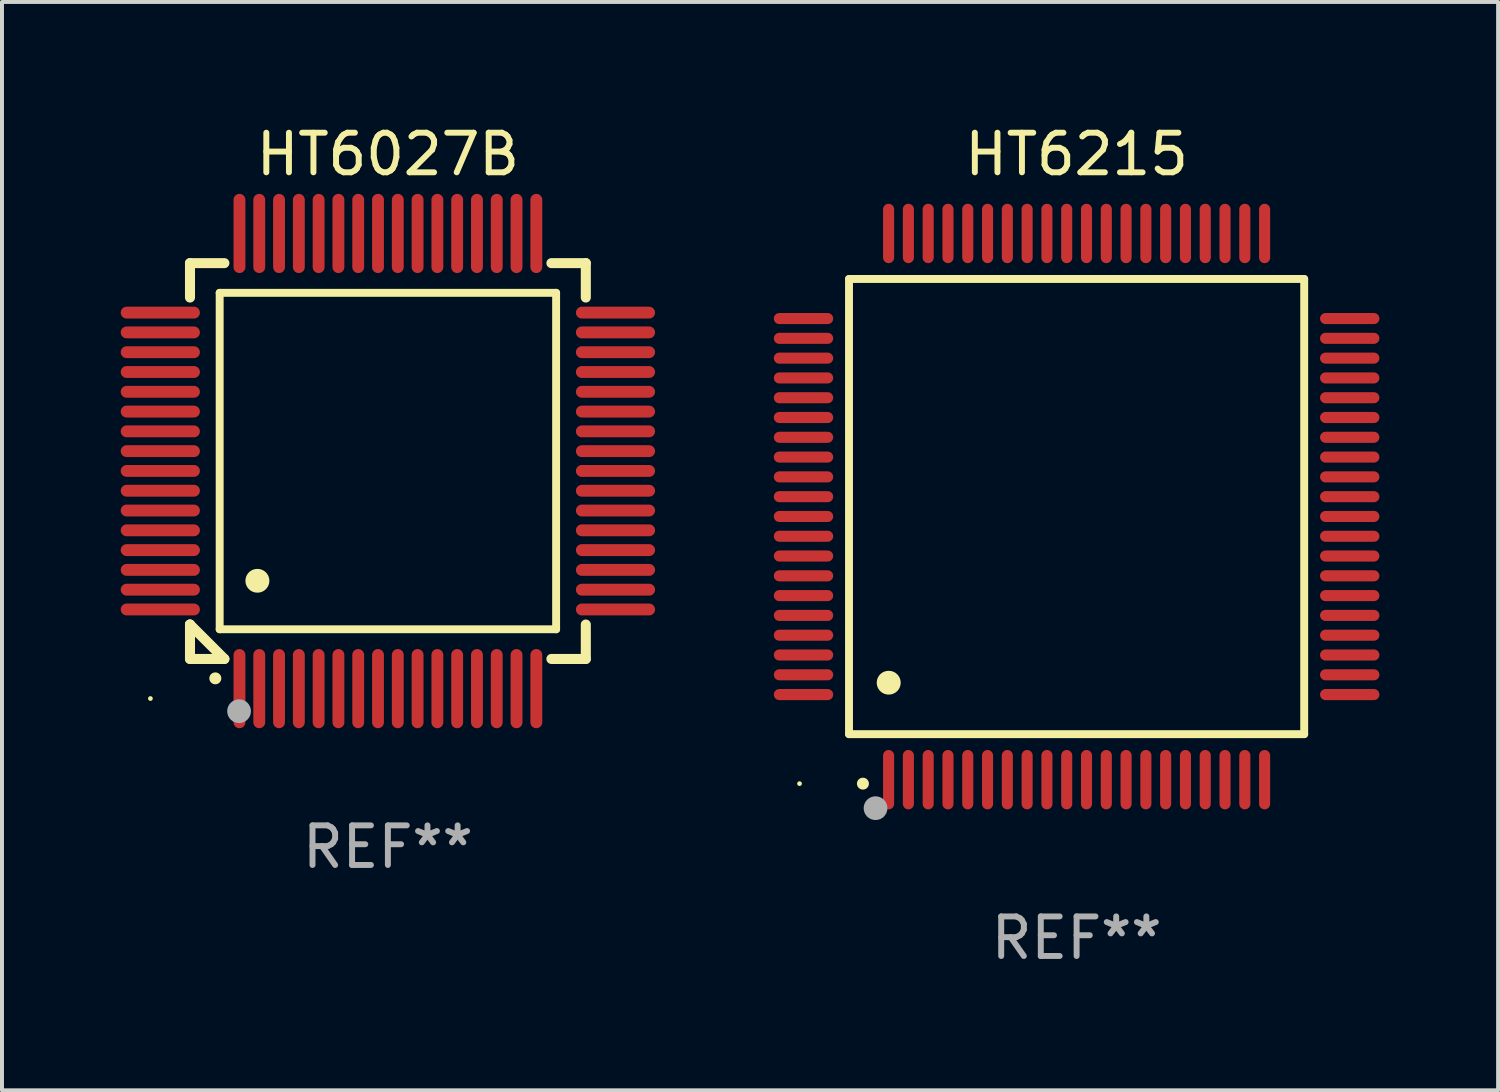
<source format=kicad_pcb>
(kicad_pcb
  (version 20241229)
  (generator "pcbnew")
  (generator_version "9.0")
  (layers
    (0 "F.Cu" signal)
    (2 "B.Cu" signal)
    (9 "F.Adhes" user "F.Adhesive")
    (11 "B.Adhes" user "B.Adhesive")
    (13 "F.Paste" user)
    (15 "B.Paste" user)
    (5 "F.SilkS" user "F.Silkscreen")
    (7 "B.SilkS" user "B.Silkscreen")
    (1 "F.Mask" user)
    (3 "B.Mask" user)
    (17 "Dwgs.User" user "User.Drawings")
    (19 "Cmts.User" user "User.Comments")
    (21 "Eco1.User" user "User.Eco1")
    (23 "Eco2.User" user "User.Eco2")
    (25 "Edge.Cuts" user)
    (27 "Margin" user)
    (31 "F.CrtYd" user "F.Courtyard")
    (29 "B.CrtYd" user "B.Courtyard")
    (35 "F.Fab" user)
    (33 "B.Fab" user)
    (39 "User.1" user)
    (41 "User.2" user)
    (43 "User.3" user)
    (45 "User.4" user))
  (footprint "HT6027B"
    (layer "F.Cu")
    (at 6.75 8.598)
    (property "Reference" "HT6027B" (at 0 -7.75 0) (layer "F.SilkS") (effects (font (size 1 1) (thickness 0.15))))
    (attr through_hole)
    (fp_line (start -5 -5) (end -4.131 -5) (stroke (width 0.254) (type solid)) (layer "F.SilkS"))
    (fp_line (start -5 -4.131) (end -5 -5) (stroke (width 0.254) (type solid)) (layer "F.SilkS"))
    (fp_line (start -5 4.131) (end -5 4.131) (stroke (width 0.254) (type solid)) (layer "F.SilkS"))
    (fp_line (start -5 5) (end -5 4.131) (stroke (width 0.254) (type solid)) (layer "F.SilkS"))
    (fp_line (start -5 4.131) (end -4.131 5) (stroke (width 0.254) (type solid)) (layer "F.SilkS"))
    (fp_line (start -4.25 -4.25) (end -4.25 4.25) (stroke (width 0.2) (type solid)) (layer "F.SilkS"))
    (fp_line (start -4.25 4.25) (end 4.25 4.25) (stroke (width 0.2) (type solid)) (layer "F.SilkS"))
    (fp_line (start -4.131 5) (end -5 5) (stroke (width 0.254) (type solid)) (layer "F.SilkS"))
    (fp_line (start 4.25 -4.25) (end -4.25 -4.25) (stroke (width 0.2) (type solid)) (layer "F.SilkS"))
    (fp_line (start 4.25 4.25) (end 4.25 -4.25) (stroke (width 0.2) (type solid)) (layer "F.SilkS"))
    (fp_line (start 5 -5) (end 4.131 -5) (stroke (width 0.254) (type solid)) (layer "F.SilkS"))
    (fp_line (start 5 -5) (end 5 -4.131) (stroke (width 0.254) (type solid)) (layer "F.SilkS"))
    (fp_line (start 5 4.131) (end 5 5) (stroke (width 0.254) (type solid)) (layer "F.SilkS"))
    (fp_line (start 5 5) (end 4.131 5) (stroke (width 0.254) (type solid)) (layer "F.SilkS"))
    (fp_arc (start -4.361265 5.489992) (mid -4.359995 5.489987) (end -4.358725 5.489992) (stroke (width 0.3) (type solid)) (layer "F.SilkS"))
    (fp_arc (start -3.299467 3.025146) (mid -3.296927 3.025135) (end -3.294387 3.025146) (stroke (width 0.6) (type solid)) (layer "F.SilkS"))
    (fp_circle (center -6 6) (end -5.97 6) (stroke (width 0.06) (type solid)) (fill no) (layer "F.SilkS"))
    (fp_circle (center -3.76 6.32) (end -3.61 6.32) (stroke (width 0.3) (type solid)) (fill no) (layer "F.Fab"))
    (fp_text user "REF**" (at 0 9.75 0) (layer "F.Fab") (effects (font (size 1 1) (thickness 0.15))))
    (pad "1" smd oval (at -3.75 5.75) (size 0.3 2) (layers "F.Cu" "F.Mask" "F.Paste"))
    (pad "2" smd oval (at -3.25 5.75) (size 0.3 2) (layers "F.Cu" "F.Mask" "F.Paste"))
    (pad "3" smd oval (at -2.75 5.75) (size 0.3 2) (layers "F.Cu" "F.Mask" "F.Paste"))
    (pad "4" smd oval (at -2.25 5.75) (size 0.3 2) (layers "F.Cu" "F.Mask" "F.Paste"))
    (pad "5" smd oval (at -1.75 5.75) (size 0.3 2) (layers "F.Cu" "F.Mask" "F.Paste"))
    (pad "6" smd oval (at -1.25 5.75) (size 0.3 2) (layers "F.Cu" "F.Mask" "F.Paste"))
    (pad "7" smd oval (at -0.75 5.75) (size 0.3 2) (layers "F.Cu" "F.Mask" "F.Paste"))
    (pad "8" smd oval (at -0.25 5.75) (size 0.3 2) (layers "F.Cu" "F.Mask" "F.Paste"))
    (pad "9" smd oval (at 0.25 5.75) (size 0.3 2) (layers "F.Cu" "F.Mask" "F.Paste"))
    (pad "10" smd oval (at 0.75 5.75) (size 0.3 2) (layers "F.Cu" "F.Mask" "F.Paste"))
    (pad "11" smd oval (at 1.25 5.75) (size 0.3 2) (layers "F.Cu" "F.Mask" "F.Paste"))
    (pad "12" smd oval (at 1.75 5.75) (size 0.3 2) (layers "F.Cu" "F.Mask" "F.Paste"))
    (pad "13" smd oval (at 2.25 5.75) (size 0.3 2) (layers "F.Cu" "F.Mask" "F.Paste"))
    (pad "14" smd oval (at 2.75 5.75) (size 0.3 2) (layers "F.Cu" "F.Mask" "F.Paste"))
    (pad "15" smd oval (at 3.25 5.75) (size 0.3 2) (layers "F.Cu" "F.Mask" "F.Paste"))
    (pad "16" smd oval (at 3.75 5.75) (size 0.3 2) (layers "F.Cu" "F.Mask" "F.Paste"))
    (pad "17" smd oval (at 5.75 3.75) (size 2 0.3) (layers "F.Cu" "F.Mask" "F.Paste"))
    (pad "18" smd oval (at 5.75 3.25) (size 2 0.3) (layers "F.Cu" "F.Mask" "F.Paste"))
    (pad "19" smd oval (at 5.75 2.75) (size 2 0.3) (layers "F.Cu" "F.Mask" "F.Paste"))
    (pad "20" smd oval (at 5.75 2.25) (size 2 0.3) (layers "F.Cu" "F.Mask" "F.Paste"))
    (pad "21" smd oval (at 5.75 1.75) (size 2 0.3) (layers "F.Cu" "F.Mask" "F.Paste"))
    (pad "22" smd oval (at 5.75 1.25) (size 2 0.3) (layers "F.Cu" "F.Mask" "F.Paste"))
    (pad "23" smd oval (at 5.75 0.75) (size 2 0.3) (layers "F.Cu" "F.Mask" "F.Paste"))
    (pad "24" smd oval (at 5.75 0.25) (size 2 0.3) (layers "F.Cu" "F.Mask" "F.Paste"))
    (pad "25" smd oval (at 5.75 -0.25) (size 2 0.3) (layers "F.Cu" "F.Mask" "F.Paste"))
    (pad "26" smd oval (at 5.75 -0.75) (size 2 0.3) (layers "F.Cu" "F.Mask" "F.Paste"))
    (pad "27" smd oval (at 5.75 -1.25) (size 2 0.3) (layers "F.Cu" "F.Mask" "F.Paste"))
    (pad "28" smd oval (at 5.75 -1.75) (size 2 0.3) (layers "F.Cu" "F.Mask" "F.Paste"))
    (pad "29" smd oval (at 5.75 -2.25) (size 2 0.3) (layers "F.Cu" "F.Mask" "F.Paste"))
    (pad "30" smd oval (at 5.75 -2.75) (size 2 0.3) (layers "F.Cu" "F.Mask" "F.Paste"))
    (pad "31" smd oval (at 5.75 -3.25) (size 2 0.3) (layers "F.Cu" "F.Mask" "F.Paste"))
    (pad "32" smd oval (at 5.75 -3.75) (size 2 0.3) (layers "F.Cu" "F.Mask" "F.Paste"))
    (pad "33" smd oval (at 3.75 -5.75) (size 0.3 2) (layers "F.Cu" "F.Mask" "F.Paste"))
    (pad "34" smd oval (at 3.25 -5.75) (size 0.3 2) (layers "F.Cu" "F.Mask" "F.Paste"))
    (pad "35" smd oval (at 2.75 -5.75) (size 0.3 2) (layers "F.Cu" "F.Mask" "F.Paste"))
    (pad "36" smd oval (at 2.25 -5.75) (size 0.3 2) (layers "F.Cu" "F.Mask" "F.Paste"))
    (pad "37" smd oval (at 1.75 -5.75) (size 0.3 2) (layers "F.Cu" "F.Mask" "F.Paste"))
    (pad "38" smd oval (at 1.25 -5.75) (size 0.3 2) (layers "F.Cu" "F.Mask" "F.Paste"))
    (pad "39" smd oval (at 0.75 -5.75) (size 0.3 2) (layers "F.Cu" "F.Mask" "F.Paste"))
    (pad "40" smd oval (at 0.25 -5.75) (size 0.3 2) (layers "F.Cu" "F.Mask" "F.Paste"))
    (pad "41" smd oval (at -0.25 -5.75) (size 0.3 2) (layers "F.Cu" "F.Mask" "F.Paste"))
    (pad "42" smd oval (at -0.75 -5.75) (size 0.3 2) (layers "F.Cu" "F.Mask" "F.Paste"))
    (pad "43" smd oval (at -1.25 -5.75) (size 0.3 2) (layers "F.Cu" "F.Mask" "F.Paste"))
    (pad "44" smd oval (at -1.75 -5.75) (size 0.3 2) (layers "F.Cu" "F.Mask" "F.Paste"))
    (pad "45" smd oval (at -2.25 -5.75) (size 0.3 2) (layers "F.Cu" "F.Mask" "F.Paste"))
    (pad "46" smd oval (at -2.75 -5.75) (size 0.3 2) (layers "F.Cu" "F.Mask" "F.Paste"))
    (pad "47" smd oval (at -3.25 -5.75) (size 0.3 2) (layers "F.Cu" "F.Mask" "F.Paste"))
    (pad "48" smd oval (at -3.75 -5.75) (size 0.3 2) (layers "F.Cu" "F.Mask" "F.Paste"))
    (pad "49" smd oval (at -5.75 -3.75) (size 2 0.3) (layers "F.Cu" "F.Mask" "F.Paste"))
    (pad "50" smd oval (at -5.75 -3.25) (size 2 0.3) (layers "F.Cu" "F.Mask" "F.Paste"))
    (pad "51" smd oval (at -5.75 -2.75) (size 2 0.3) (layers "F.Cu" "F.Mask" "F.Paste"))
    (pad "52" smd oval (at -5.75 -2.25) (size 2 0.3) (layers "F.Cu" "F.Mask" "F.Paste"))
    (pad "53" smd oval (at -5.75 -1.75) (size 2 0.3) (layers "F.Cu" "F.Mask" "F.Paste"))
    (pad "54" smd oval (at -5.75 -1.25) (size 2 0.3) (layers "F.Cu" "F.Mask" "F.Paste"))
    (pad "55" smd oval (at -5.75 -0.75) (size 2 0.3) (layers "F.Cu" "F.Mask" "F.Paste"))
    (pad "56" smd oval (at -5.75 -0.25) (size 2 0.3) (layers "F.Cu" "F.Mask" "F.Paste"))
    (pad "57" smd oval (at -5.75 0.25) (size 2 0.3) (layers "F.Cu" "F.Mask" "F.Paste"))
    (pad "58" smd oval (at -5.75 0.75) (size 2 0.3) (layers "F.Cu" "F.Mask" "F.Paste"))
    (pad "59" smd oval (at -5.75 1.25) (size 2 0.3) (layers "F.Cu" "F.Mask" "F.Paste"))
    (pad "60" smd oval (at -5.75 1.75) (size 2 0.3) (layers "F.Cu" "F.Mask" "F.Paste"))
    (pad "61" smd oval (at -5.75 2.25) (size 2 0.3) (layers "F.Cu" "F.Mask" "F.Paste"))
    (pad "62" smd oval (at -5.75 2.75) (size 2 0.3) (layers "F.Cu" "F.Mask" "F.Paste"))
    (pad "63" smd oval (at -5.75 3.25) (size 2 0.3) (layers "F.Cu" "F.Mask" "F.Paste"))
    (pad "64" smd oval (at -5.75 3.75) (size 2 0.3) (layers "F.Cu" "F.Mask" "F.Paste")))
  (footprint "HT6215"
    (layer "F.Cu")
    (at 24.15 9.748)
    (property "Reference" "HT6215" (at 0 -8.9 0) (layer "F.SilkS") (effects (font (size 1 1) (thickness 0.15))))
    (attr through_hole)
    (fp_line (start -5.75 -5.75) (end 5.75 -5.75) (stroke (width 0.2) (type solid)) (layer "F.SilkS"))
    (fp_line (start -5.75 5.75) (end -5.75 -5.75) (stroke (width 0.2) (type solid)) (layer "F.SilkS"))
    (fp_line (start 5.75 -5.75) (end 5.75 5.75) (stroke (width 0.2) (type solid)) (layer "F.SilkS"))
    (fp_line (start 5.75 5.75) (end -5.75 5.75) (stroke (width 0.2) (type solid)) (layer "F.SilkS"))
    (fp_arc (start -5.400051 7.000254) (mid -5.398781 7.000249) (end -5.397511 7.000254) (stroke (width 0.3) (type solid)) (layer "F.SilkS"))
    (fp_arc (start -4.749809 4.450089) (mid -4.747269 4.450078) (end -4.744729 4.450089) (stroke (width 0.6) (type solid)) (layer "F.SilkS"))
    (fp_circle (center -7 7) (end -6.97 7) (stroke (width 0.06) (type solid)) (fill no) (layer "F.SilkS"))
    (fp_circle (center -5.08 7.62) (end -4.93 7.62) (stroke (width 0.3) (type solid)) (fill no) (layer "F.Fab"))
    (fp_text user "REF**" (at 0 10.9 0) (layer "F.Fab") (effects (font (size 1 1) (thickness 0.15))))
    (pad "1" smd oval (at -4.75 6.9 180) (size 0.28 1.5) (layers "F.Cu" "F.Mask" "F.Paste"))
    (pad "2" smd oval (at -4.25 6.9 180) (size 0.28 1.5) (layers "F.Cu" "F.Mask" "F.Paste"))
    (pad "3" smd oval (at -3.75 6.9 180) (size 0.28 1.5) (layers "F.Cu" "F.Mask" "F.Paste"))
    (pad "4" smd oval (at -3.25 6.9 180) (size 0.28 1.5) (layers "F.Cu" "F.Mask" "F.Paste"))
    (pad "5" smd oval (at -2.75 6.9 180) (size 0.28 1.5) (layers "F.Cu" "F.Mask" "F.Paste"))
    (pad "6" smd oval (at -2.25 6.9 180) (size 0.28 1.5) (layers "F.Cu" "F.Mask" "F.Paste"))
    (pad "7" smd oval (at -1.75 6.9 180) (size 0.28 1.5) (layers "F.Cu" "F.Mask" "F.Paste"))
    (pad "8" smd oval (at -1.25 6.9 180) (size 0.28 1.5) (layers "F.Cu" "F.Mask" "F.Paste"))
    (pad "9" smd oval (at -0.75 6.9 180) (size 0.28 1.5) (layers "F.Cu" "F.Mask" "F.Paste"))
    (pad "10" smd oval (at -0.25 6.9 180) (size 0.28 1.5) (layers "F.Cu" "F.Mask" "F.Paste"))
    (pad "11" smd oval (at 0.25 6.9 180) (size 0.28 1.5) (layers "F.Cu" "F.Mask" "F.Paste"))
    (pad "12" smd oval (at 0.75 6.9 180) (size 0.28 1.5) (layers "F.Cu" "F.Mask" "F.Paste"))
    (pad "13" smd oval (at 1.25 6.9 180) (size 0.28 1.5) (layers "F.Cu" "F.Mask" "F.Paste"))
    (pad "14" smd oval (at 1.75 6.9 180) (size 0.28 1.5) (layers "F.Cu" "F.Mask" "F.Paste"))
    (pad "15" smd oval (at 2.25 6.9 180) (size 0.28 1.5) (layers "F.Cu" "F.Mask" "F.Paste"))
    (pad "16" smd oval (at 2.75 6.9 180) (size 0.28 1.5) (layers "F.Cu" "F.Mask" "F.Paste"))
    (pad "17" smd oval (at 3.25 6.9 180) (size 0.28 1.5) (layers "F.Cu" "F.Mask" "F.Paste"))
    (pad "18" smd oval (at 3.75 6.9 180) (size 0.28 1.5) (layers "F.Cu" "F.Mask" "F.Paste"))
    (pad "19" smd oval (at 4.25 6.9 180) (size 0.28 1.5) (layers "F.Cu" "F.Mask" "F.Paste"))
    (pad "20" smd oval (at 4.75 6.9) (size 0.28 1.5) (layers "F.Cu" "F.Mask" "F.Paste"))
    (pad "21" smd oval (at 6.9 4.75 270) (size 0.28 1.5) (layers "F.Cu" "F.Mask" "F.Paste"))
    (pad "22" smd oval (at 6.9 4.25 90) (size 0.28 1.5) (layers "F.Cu" "F.Mask" "F.Paste"))
    (pad "23" smd oval (at 6.9 3.75 90) (size 0.28 1.5) (layers "F.Cu" "F.Mask" "F.Paste"))
    (pad "24" smd oval (at 6.9 3.25 90) (size 0.28 1.5) (layers "F.Cu" "F.Mask" "F.Paste"))
    (pad "25" smd oval (at 6.9 2.75 90) (size 0.28 1.5) (layers "F.Cu" "F.Mask" "F.Paste"))
    (pad "26" smd oval (at 6.9 2.25 90) (size 0.28 1.5) (layers "F.Cu" "F.Mask" "F.Paste"))
    (pad "27" smd oval (at 6.9 1.75 90) (size 0.28 1.5) (layers "F.Cu" "F.Mask" "F.Paste"))
    (pad "28" smd oval (at 6.9 1.25 90) (size 0.28 1.5) (layers "F.Cu" "F.Mask" "F.Paste"))
    (pad "29" smd oval (at 6.9 0.75 90) (size 0.28 1.5) (layers "F.Cu" "F.Mask" "F.Paste"))
    (pad "30" smd oval (at 6.9 0.25 90) (size 0.28 1.5) (layers "F.Cu" "F.Mask" "F.Paste"))
    (pad "31" smd oval (at 6.9 -0.25 90) (size 0.28 1.5) (layers "F.Cu" "F.Mask" "F.Paste"))
    (pad "32" smd oval (at 6.9 -0.75 90) (size 0.28 1.5) (layers "F.Cu" "F.Mask" "F.Paste"))
    (pad "33" smd oval (at 6.9 -1.25 90) (size 0.28 1.5) (layers "F.Cu" "F.Mask" "F.Paste"))
    (pad "34" smd oval (at 6.9 -1.75 90) (size 0.28 1.5) (layers "F.Cu" "F.Mask" "F.Paste"))
    (pad "35" smd oval (at 6.9 -2.25 90) (size 0.28 1.5) (layers "F.Cu" "F.Mask" "F.Paste"))
    (pad "36" smd oval (at 6.9 -2.75 90) (size 0.28 1.5) (layers "F.Cu" "F.Mask" "F.Paste"))
    (pad "37" smd oval (at 6.9 -3.25 90) (size 0.28 1.5) (layers "F.Cu" "F.Mask" "F.Paste"))
    (pad "38" smd oval (at 6.9 -3.75 90) (size 0.28 1.5) (layers "F.Cu" "F.Mask" "F.Paste"))
    (pad "39" smd oval (at 6.9 -4.25 90) (size 0.28 1.5) (layers "F.Cu" "F.Mask" "F.Paste"))
    (pad "40" smd oval (at 6.9 -4.75 90) (size 0.28 1.5) (layers "F.Cu" "F.Mask" "F.Paste"))
    (pad "41" smd oval (at 4.75 -6.9) (size 0.28 1.5) (layers "F.Cu" "F.Mask" "F.Paste"))
    (pad "42" smd oval (at 4.25 -6.9 180) (size 0.28 1.5) (layers "F.Cu" "F.Mask" "F.Paste"))
    (pad "43" smd oval (at 3.75 -6.9 180) (size 0.28 1.5) (layers "F.Cu" "F.Mask" "F.Paste"))
    (pad "44" smd oval (at 3.25 -6.9 180) (size 0.28 1.5) (layers "F.Cu" "F.Mask" "F.Paste"))
    (pad "45" smd oval (at 2.75 -6.9 180) (size 0.28 1.5) (layers "F.Cu" "F.Mask" "F.Paste"))
    (pad "46" smd oval (at 2.25 -6.9 180) (size 0.28 1.5) (layers "F.Cu" "F.Mask" "F.Paste"))
    (pad "47" smd oval (at 1.75 -6.9 180) (size 0.28 1.5) (layers "F.Cu" "F.Mask" "F.Paste"))
    (pad "48" smd oval (at 1.25 -6.9 180) (size 0.28 1.5) (layers "F.Cu" "F.Mask" "F.Paste"))
    (pad "49" smd oval (at 0.75 -6.9 180) (size 0.28 1.5) (layers "F.Cu" "F.Mask" "F.Paste"))
    (pad "50" smd oval (at 0.25 -6.9 180) (size 0.28 1.5) (layers "F.Cu" "F.Mask" "F.Paste"))
    (pad "51" smd oval (at -0.25 -6.9 180) (size 0.28 1.5) (layers "F.Cu" "F.Mask" "F.Paste"))
    (pad "52" smd oval (at -0.75 -6.9 180) (size 0.28 1.5) (layers "F.Cu" "F.Mask" "F.Paste"))
    (pad "53" smd oval (at -1.25 -6.9 180) (size 0.28 1.5) (layers "F.Cu" "F.Mask" "F.Paste"))
    (pad "54" smd oval (at -1.75 -6.9 180) (size 0.28 1.5) (layers "F.Cu" "F.Mask" "F.Paste"))
    (pad "55" smd oval (at -2.25 -6.9 180) (size 0.28 1.5) (layers "F.Cu" "F.Mask" "F.Paste"))
    (pad "56" smd oval (at -2.75 -6.9 180) (size 0.28 1.5) (layers "F.Cu" "F.Mask" "F.Paste"))
    (pad "57" smd oval (at -3.25 -6.9 180) (size 0.28 1.5) (layers "F.Cu" "F.Mask" "F.Paste"))
    (pad "58" smd oval (at -3.75 -6.9 180) (size 0.28 1.5) (layers "F.Cu" "F.Mask" "F.Paste"))
    (pad "59" smd oval (at -4.25 -6.9 180) (size 0.28 1.5) (layers "F.Cu" "F.Mask" "F.Paste"))
    (pad "60" smd oval (at -4.75 -6.9 180) (size 0.28 1.5) (layers "F.Cu" "F.Mask" "F.Paste"))
    (pad "61" smd oval (at -6.9 -4.75 90) (size 0.28 1.5) (layers "F.Cu" "F.Mask" "F.Paste"))
    (pad "62" smd oval (at -6.9 -4.25 90) (size 0.28 1.5) (layers "F.Cu" "F.Mask" "F.Paste"))
    (pad "63" smd oval (at -6.9 -3.75 90) (size 0.28 1.5) (layers "F.Cu" "F.Mask" "F.Paste"))
    (pad "64" smd oval (at -6.9 -3.25 90) (size 0.28 1.5) (layers "F.Cu" "F.Mask" "F.Paste"))
    (pad "65" smd oval (at -6.9 -2.75 90) (size 0.28 1.5) (layers "F.Cu" "F.Mask" "F.Paste"))
    (pad "66" smd oval (at -6.9 -2.25 90) (size 0.28 1.5) (layers "F.Cu" "F.Mask" "F.Paste"))
    (pad "67" smd oval (at -6.9 -1.75 90) (size 0.28 1.5) (layers "F.Cu" "F.Mask" "F.Paste"))
    (pad "68" smd oval (at -6.9 -1.25 90) (size 0.28 1.5) (layers "F.Cu" "F.Mask" "F.Paste"))
    (pad "69" smd oval (at -6.9 -0.75 90) (size 0.28 1.5) (layers "F.Cu" "F.Mask" "F.Paste"))
    (pad "70" smd oval (at -6.9 -0.25 90) (size 0.28 1.5) (layers "F.Cu" "F.Mask" "F.Paste"))
    (pad "71" smd oval (at -6.9 0.25 90) (size 0.28 1.5) (layers "F.Cu" "F.Mask" "F.Paste"))
    (pad "72" smd oval (at -6.9 0.75 90) (size 0.28 1.5) (layers "F.Cu" "F.Mask" "F.Paste"))
    (pad "73" smd oval (at -6.9 1.25 90) (size 0.28 1.5) (layers "F.Cu" "F.Mask" "F.Paste"))
    (pad "74" smd oval (at -6.9 1.75 90) (size 0.28 1.5) (layers "F.Cu" "F.Mask" "F.Paste"))
    (pad "75" smd oval (at -6.9 2.25 90) (size 0.28 1.5) (layers "F.Cu" "F.Mask" "F.Paste"))
    (pad "76" smd oval (at -6.9 2.75 90) (size 0.28 1.5) (layers "F.Cu" "F.Mask" "F.Paste"))
    (pad "77" smd oval (at -6.9 3.25 90) (size 0.28 1.5) (layers "F.Cu" "F.Mask" "F.Paste"))
    (pad "78" smd oval (at -6.9 3.75 90) (size 0.28 1.5) (layers "F.Cu" "F.Mask" "F.Paste"))
    (pad "79" smd oval (at -6.9 4.25 90) (size 0.28 1.5) (layers "F.Cu" "F.Mask" "F.Paste"))
    (pad "80" smd oval (at -6.9 4.75 270) (size 0.28 1.5) (layers "F.Cu" "F.Mask" "F.Paste")))
  (gr_rect
    (start -3 -3)
    (end 34.799 24.496)
    (stroke (width 0.1) (type default))
    (fill no)
    (layer "Edge.Cuts")))
</source>
